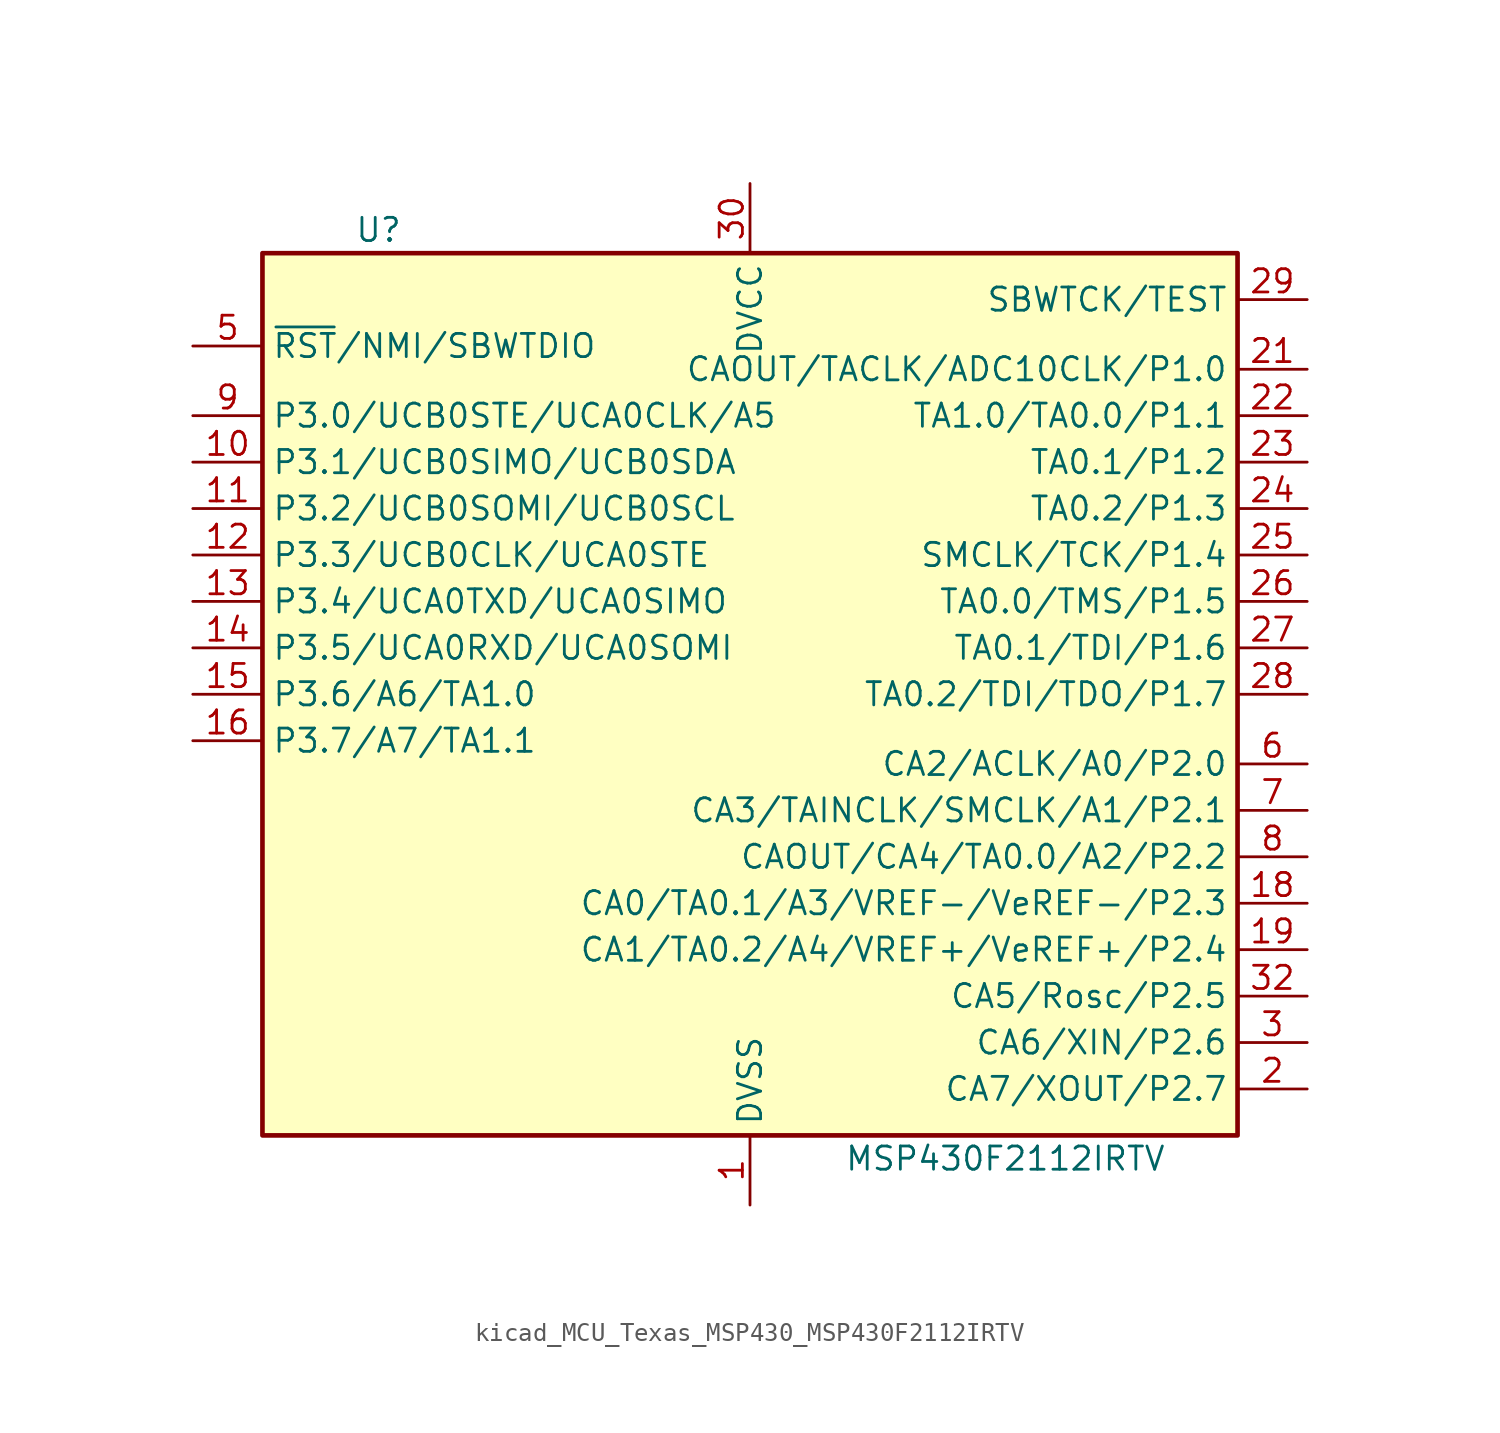
<source format=kicad_sym>
(kicad_symbol_lib
  (version 20220914)
  (generator kicad_symbol_editor)
  (symbol "kicad_MCU_Texas_MSP430_MSP430F2112IRTV"
    (property "Reference" "U"
      (at -20.32 25.4 0)
      (effects (font (size 1.27 1.27))))
    (property "Value" "MSP430F2112IRTV"
      (at 13.97 -25.4 0)
      (effects (font (size 1.27 1.27))))
    (symbol "kicad_MCU_Texas_MSP430_MSP430F2112IRTV_0_1"
      (rectangle (start -26.67 24.13) (end 26.67 -24.13) (stroke (width 0.254) (type default)) (fill (type background))))
    (symbol "kicad_MCU_Texas_MSP430_MSP430F2112IRTV_1_1"
      (pin power_in line (at 0 -27.94 90) (length 3.81) (name "DVSS" (effects (font (size 1.27 1.27)))) (number "1" (effects (font (size 1.27 1.27)))))
      (pin bidirectional line (at -30.48 12.7 0) (length 3.81) (name "P3.1/UCB0SIMO/UCB0SDA" (effects (font (size 1.27 1.27)))) (number "10" (effects (font (size 1.27 1.27)))))
      (pin bidirectional line (at -30.48 10.16 0) (length 3.81) (name "P3.2/UCB0SOMI/UCB0SCL" (effects (font (size 1.27 1.27)))) (number "11" (effects (font (size 1.27 1.27)))))
      (pin bidirectional line (at -30.48 7.62 0) (length 3.81) (name "P3.3/UCB0CLK/UCA0STE" (effects (font (size 1.27 1.27)))) (number "12" (effects (font (size 1.27 1.27)))))
      (pin bidirectional line (at -30.48 5.08 0) (length 3.81) (name "P3.4/UCA0TXD/UCA0SIMO" (effects (font (size 1.27 1.27)))) (number "13" (effects (font (size 1.27 1.27)))))
      (pin bidirectional line (at -30.48 2.54 0) (length 3.81) (name "P3.5/UCA0RXD/UCA0SOMI" (effects (font (size 1.27 1.27)))) (number "14" (effects (font (size 1.27 1.27)))))
      (pin bidirectional line (at -30.48 0 0) (length 3.81) (name "P3.6/A6/TA1.0" (effects (font (size 1.27 1.27)))) (number "15" (effects (font (size 1.27 1.27)))))
      (pin bidirectional line (at -30.48 -2.54 0) (length 3.81) (name "P3.7/A7/TA1.1" (effects (font (size 1.27 1.27)))) (number "16" (effects (font (size 1.27 1.27)))))
      (pin bidirectional line (at 30.48 -11.43 180) (length 3.81) (name "CA0/TA0.1/A3/VREF-/VeREF-/P2.3" (effects (font (size 1.27 1.27)))) (number "18" (effects (font (size 1.27 1.27)))))
      (pin bidirectional line (at 30.48 -13.97 180) (length 3.81) (name "CA1/TA0.2/A4/VREF+/VeREF+/P2.4" (effects (font (size 1.27 1.27)))) (number "19" (effects (font (size 1.27 1.27)))))
      (pin bidirectional line (at 30.48 -21.59 180) (length 3.81) (name "CA7/XOUT/P2.7" (effects (font (size 1.27 1.27)))) (number "2" (effects (font (size 1.27 1.27)))))
      (pin bidirectional line (at 30.48 17.78 180) (length 3.81) (name "CAOUT/TACLK/ADC10CLK/P1.0" (effects (font (size 1.27 1.27)))) (number "21" (effects (font (size 1.27 1.27)))))
      (pin bidirectional line (at 30.48 15.24 180) (length 3.81) (name "TA1.0/TA0.0/P1.1" (effects (font (size 1.27 1.27)))) (number "22" (effects (font (size 1.27 1.27)))))
      (pin bidirectional line (at 30.48 12.7 180) (length 3.81) (name "TA0.1/P1.2" (effects (font (size 1.27 1.27)))) (number "23" (effects (font (size 1.27 1.27)))))
      (pin bidirectional line (at 30.48 10.16 180) (length 3.81) (name "TA0.2/P1.3" (effects (font (size 1.27 1.27)))) (number "24" (effects (font (size 1.27 1.27)))))
      (pin bidirectional line (at 30.48 7.62 180) (length 3.81) (name "SMCLK/TCK/P1.4" (effects (font (size 1.27 1.27)))) (number "25" (effects (font (size 1.27 1.27)))))
      (pin bidirectional line (at 30.48 5.08 180) (length 3.81) (name "TA0.0/TMS/P1.5" (effects (font (size 1.27 1.27)))) (number "26" (effects (font (size 1.27 1.27)))))
      (pin bidirectional line (at 30.48 2.54 180) (length 3.81) (name "TA0.1/TDI/P1.6" (effects (font (size 1.27 1.27)))) (number "27" (effects (font (size 1.27 1.27)))))
      (pin bidirectional line (at 30.48 0 180) (length 3.81) (name "TA0.2/TDI/TDO/P1.7" (effects (font (size 1.27 1.27)))) (number "28" (effects (font (size 1.27 1.27)))))
      (pin input line (at 30.48 21.59 180) (length 3.81) (name "SBWTCK/TEST" (effects (font (size 1.27 1.27)))) (number "29" (effects (font (size 1.27 1.27)))))
      (pin bidirectional line (at 30.48 -19.05 180) (length 3.81) (name "CA6/XIN/P2.6" (effects (font (size 1.27 1.27)))) (number "3" (effects (font (size 1.27 1.27)))))
      (pin power_in line (at 0 27.94 270) (length 3.81) (name "DVCC" (effects (font (size 1.27 1.27)))) (number "30" (effects (font (size 1.27 1.27)))))
      (pin bidirectional line (at 30.48 -16.51 180) (length 3.81) (name "CA5/Rosc/P2.5" (effects (font (size 1.27 1.27)))) (number "32" (effects (font (size 1.27 1.27)))))
      (pin bidirectional line (at -30.48 19.05 0) (length 3.81) (name "~{RST}/NMI/SBWTDIO" (effects (font (size 1.27 1.27)))) (number "5" (effects (font (size 1.27 1.27)))))
      (pin bidirectional line (at 30.48 -3.81 180) (length 3.81) (name "CA2/ACLK/A0/P2.0" (effects (font (size 1.27 1.27)))) (number "6" (effects (font (size 1.27 1.27)))))
      (pin bidirectional line (at 30.48 -6.35 180) (length 3.81) (name "CA3/TAINCLK/SMCLK/A1/P2.1" (effects (font (size 1.27 1.27)))) (number "7" (effects (font (size 1.27 1.27)))))
      (pin bidirectional line (at 30.48 -8.89 180) (length 3.81) (name "CAOUT/CA4/TA0.0/A2/P2.2" (effects (font (size 1.27 1.27)))) (number "8" (effects (font (size 1.27 1.27)))))
      (pin bidirectional line (at -30.48 15.24 0) (length 3.81) (name "P3.0/UCB0STE/UCA0CLK/A5" (effects (font (size 1.27 1.27)))) (number "9" (effects (font (size 1.27 1.27))))))))
</source>
